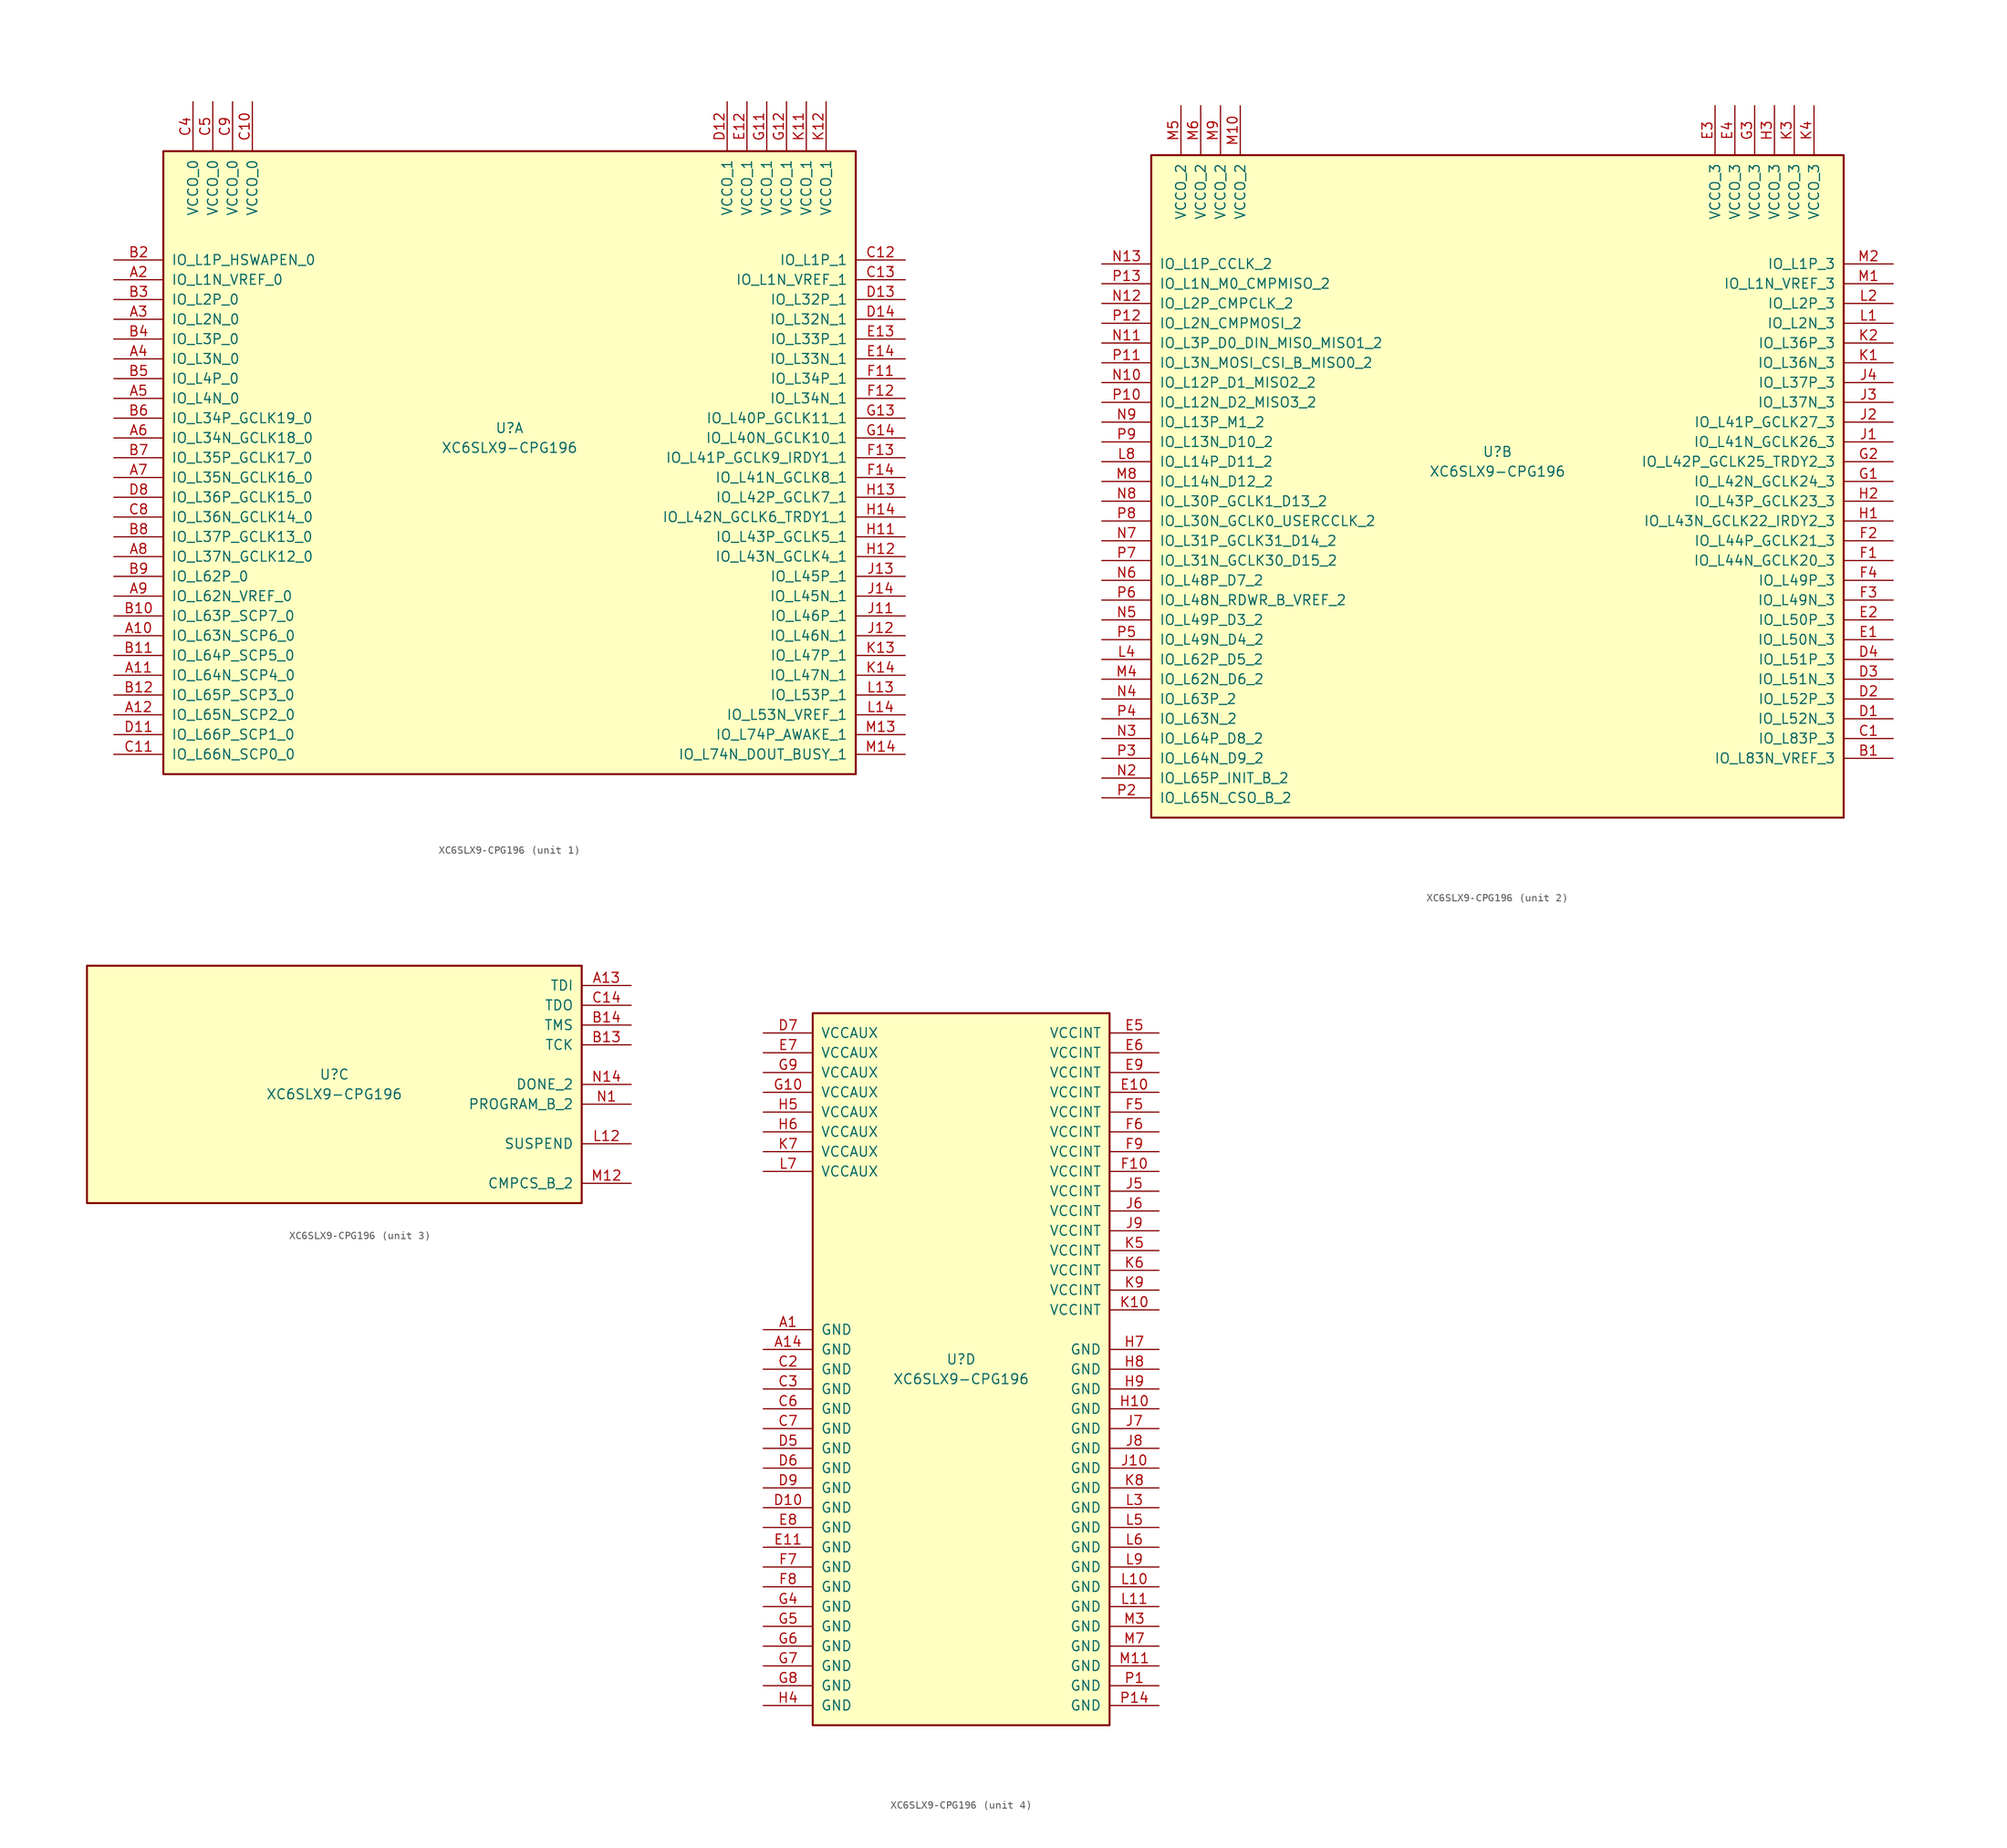
<source format=kicad_sym>
(kicad_symbol_lib
  (version 20220914)
  (generator kicad_symbol_editor)
  (symbol "XC6SLX9-CPG196"
    (pin_names
      (offset 1.016))
    (property "Reference" "U"
      (at 0 1.27 0)
      (effects (font (size 1.27 1.27))))
    (property "Value" "XC6SLX9-CPG196"
      (at 0 -1.27 0)
      (effects (font (size 1.27 1.27))))
    (property "Datasheet" ""
      (at 0 0 0)
      (effects (font (size 1.27 1.27))))
    (property "ki_locked" ""
      (at 0 0 0)
      (effects (font (size 1.27 1.27))))
    (symbol "XC6SLX9-CPG196_1_1"
      (rectangle (start -44.45 36.83) (end 44.45 -43.18) (stroke (width 0.254) (type default)) (fill (type background)))
      (pin bidirectional line (at -50.8 -25.4 0) (length 6.35) (name "IO_L63N_SCP6_0" (effects (font (size 1.27 1.27)))) (number "A10" (effects (font (size 1.27 1.27)))))
      (pin bidirectional line (at -50.8 -30.48 0) (length 6.35) (name "IO_L64N_SCP4_0" (effects (font (size 1.27 1.27)))) (number "A11" (effects (font (size 1.27 1.27)))))
      (pin bidirectional line (at -50.8 -35.56 0) (length 6.35) (name "IO_L65N_SCP2_0" (effects (font (size 1.27 1.27)))) (number "A12" (effects (font (size 1.27 1.27)))))
      (pin bidirectional line (at -50.8 20.32 0) (length 6.35) (name "IO_L1N_VREF_0" (effects (font (size 1.27 1.27)))) (number "A2" (effects (font (size 1.27 1.27)))))
      (pin bidirectional line (at -50.8 15.24 0) (length 6.35) (name "IO_L2N_0" (effects (font (size 1.27 1.27)))) (number "A3" (effects (font (size 1.27 1.27)))))
      (pin bidirectional line (at -50.8 10.16 0) (length 6.35) (name "IO_L3N_0" (effects (font (size 1.27 1.27)))) (number "A4" (effects (font (size 1.27 1.27)))))
      (pin bidirectional line (at -50.8 5.08 0) (length 6.35) (name "IO_L4N_0" (effects (font (size 1.27 1.27)))) (number "A5" (effects (font (size 1.27 1.27)))))
      (pin bidirectional line (at -50.8 0 0) (length 6.35) (name "IO_L34N_GCLK18_0" (effects (font (size 1.27 1.27)))) (number "A6" (effects (font (size 1.27 1.27)))))
      (pin bidirectional line (at -50.8 -5.08 0) (length 6.35) (name "IO_L35N_GCLK16_0" (effects (font (size 1.27 1.27)))) (number "A7" (effects (font (size 1.27 1.27)))))
      (pin bidirectional line (at -50.8 -15.24 0) (length 6.35) (name "IO_L37N_GCLK12_0" (effects (font (size 1.27 1.27)))) (number "A8" (effects (font (size 1.27 1.27)))))
      (pin bidirectional line (at -50.8 -20.32 0) (length 6.35) (name "IO_L62N_VREF_0" (effects (font (size 1.27 1.27)))) (number "A9" (effects (font (size 1.27 1.27)))))
      (pin bidirectional line (at -50.8 -22.86 0) (length 6.35) (name "IO_L63P_SCP7_0" (effects (font (size 1.27 1.27)))) (number "B10" (effects (font (size 1.27 1.27)))))
      (pin bidirectional line (at -50.8 -27.94 0) (length 6.35) (name "IO_L64P_SCP5_0" (effects (font (size 1.27 1.27)))) (number "B11" (effects (font (size 1.27 1.27)))))
      (pin bidirectional line (at -50.8 -33.02 0) (length 6.35) (name "IO_L65P_SCP3_0" (effects (font (size 1.27 1.27)))) (number "B12" (effects (font (size 1.27 1.27)))))
      (pin bidirectional line (at -50.8 22.86 0) (length 6.35) (name "IO_L1P_HSWAPEN_0" (effects (font (size 1.27 1.27)))) (number "B2" (effects (font (size 1.27 1.27)))))
      (pin bidirectional line (at -50.8 17.78 0) (length 6.35) (name "IO_L2P_0" (effects (font (size 1.27 1.27)))) (number "B3" (effects (font (size 1.27 1.27)))))
      (pin bidirectional line (at -50.8 12.7 0) (length 6.35) (name "IO_L3P_0" (effects (font (size 1.27 1.27)))) (number "B4" (effects (font (size 1.27 1.27)))))
      (pin bidirectional line (at -50.8 7.62 0) (length 6.35) (name "IO_L4P_0" (effects (font (size 1.27 1.27)))) (number "B5" (effects (font (size 1.27 1.27)))))
      (pin bidirectional line (at -50.8 2.54 0) (length 6.35) (name "IO_L34P_GCLK19_0" (effects (font (size 1.27 1.27)))) (number "B6" (effects (font (size 1.27 1.27)))))
      (pin bidirectional line (at -50.8 -2.54 0) (length 6.35) (name "IO_L35P_GCLK17_0" (effects (font (size 1.27 1.27)))) (number "B7" (effects (font (size 1.27 1.27)))))
      (pin bidirectional line (at -50.8 -12.7 0) (length 6.35) (name "IO_L37P_GCLK13_0" (effects (font (size 1.27 1.27)))) (number "B8" (effects (font (size 1.27 1.27)))))
      (pin bidirectional line (at -50.8 -17.78 0) (length 6.35) (name "IO_L62P_0" (effects (font (size 1.27 1.27)))) (number "B9" (effects (font (size 1.27 1.27)))))
      (pin power_in line (at -33.02 43.18 270) (length 6.35) (name "VCCO_0" (effects (font (size 1.27 1.27)))) (number "C10" (effects (font (size 1.27 1.27)))))
      (pin bidirectional line (at -50.8 -40.64 0) (length 6.35) (name "IO_L66N_SCP0_0" (effects (font (size 1.27 1.27)))) (number "C11" (effects (font (size 1.27 1.27)))))
      (pin bidirectional line (at 50.8 22.86 180) (length 6.35) (name "IO_L1P_1" (effects (font (size 1.27 1.27)))) (number "C12" (effects (font (size 1.27 1.27)))))
      (pin bidirectional line (at 50.8 20.32 180) (length 6.35) (name "IO_L1N_VREF_1" (effects (font (size 1.27 1.27)))) (number "C13" (effects (font (size 1.27 1.27)))))
      (pin power_in line (at -40.64 43.18 270) (length 6.35) (name "VCCO_0" (effects (font (size 1.27 1.27)))) (number "C4" (effects (font (size 1.27 1.27)))))
      (pin power_in line (at -38.1 43.18 270) (length 6.35) (name "VCCO_0" (effects (font (size 1.27 1.27)))) (number "C5" (effects (font (size 1.27 1.27)))))
      (pin bidirectional line (at -50.8 -10.16 0) (length 6.35) (name "IO_L36N_GCLK14_0" (effects (font (size 1.27 1.27)))) (number "C8" (effects (font (size 1.27 1.27)))))
      (pin power_in line (at -35.56 43.18 270) (length 6.35) (name "VCCO_0" (effects (font (size 1.27 1.27)))) (number "C9" (effects (font (size 1.27 1.27)))))
      (pin bidirectional line (at -50.8 -38.1 0) (length 6.35) (name "IO_L66P_SCP1_0" (effects (font (size 1.27 1.27)))) (number "D11" (effects (font (size 1.27 1.27)))))
      (pin power_in line (at 27.94 43.18 270) (length 6.35) (name "VCCO_1" (effects (font (size 1.27 1.27)))) (number "D12" (effects (font (size 1.27 1.27)))))
      (pin bidirectional line (at 50.8 17.78 180) (length 6.35) (name "IO_L32P_1" (effects (font (size 1.27 1.27)))) (number "D13" (effects (font (size 1.27 1.27)))))
      (pin bidirectional line (at 50.8 15.24 180) (length 6.35) (name "IO_L32N_1" (effects (font (size 1.27 1.27)))) (number "D14" (effects (font (size 1.27 1.27)))))
      (pin bidirectional line (at -50.8 -7.62 0) (length 6.35) (name "IO_L36P_GCLK15_0" (effects (font (size 1.27 1.27)))) (number "D8" (effects (font (size 1.27 1.27)))))
      (pin power_in line (at 30.48 43.18 270) (length 6.35) (name "VCCO_1" (effects (font (size 1.27 1.27)))) (number "E12" (effects (font (size 1.27 1.27)))))
      (pin bidirectional line (at 50.8 12.7 180) (length 6.35) (name "IO_L33P_1" (effects (font (size 1.27 1.27)))) (number "E13" (effects (font (size 1.27 1.27)))))
      (pin bidirectional line (at 50.8 10.16 180) (length 6.35) (name "IO_L33N_1" (effects (font (size 1.27 1.27)))) (number "E14" (effects (font (size 1.27 1.27)))))
      (pin bidirectional line (at 50.8 7.62 180) (length 6.35) (name "IO_L34P_1" (effects (font (size 1.27 1.27)))) (number "F11" (effects (font (size 1.27 1.27)))))
      (pin bidirectional line (at 50.8 5.08 180) (length 6.35) (name "IO_L34N_1" (effects (font (size 1.27 1.27)))) (number "F12" (effects (font (size 1.27 1.27)))))
      (pin bidirectional line (at 50.8 -2.54 180) (length 6.35) (name "IO_L41P_GCLK9_IRDY1_1" (effects (font (size 1.27 1.27)))) (number "F13" (effects (font (size 1.27 1.27)))))
      (pin bidirectional line (at 50.8 -5.08 180) (length 6.35) (name "IO_L41N_GCLK8_1" (effects (font (size 1.27 1.27)))) (number "F14" (effects (font (size 1.27 1.27)))))
      (pin power_in line (at 33.02 43.18 270) (length 6.35) (name "VCCO_1" (effects (font (size 1.27 1.27)))) (number "G11" (effects (font (size 1.27 1.27)))))
      (pin power_in line (at 35.56 43.18 270) (length 6.35) (name "VCCO_1" (effects (font (size 1.27 1.27)))) (number "G12" (effects (font (size 1.27 1.27)))))
      (pin bidirectional line (at 50.8 2.54 180) (length 6.35) (name "IO_L40P_GCLK11_1" (effects (font (size 1.27 1.27)))) (number "G13" (effects (font (size 1.27 1.27)))))
      (pin bidirectional line (at 50.8 0 180) (length 6.35) (name "IO_L40N_GCLK10_1" (effects (font (size 1.27 1.27)))) (number "G14" (effects (font (size 1.27 1.27)))))
      (pin bidirectional line (at 50.8 -12.7 180) (length 6.35) (name "IO_L43P_GCLK5_1" (effects (font (size 1.27 1.27)))) (number "H11" (effects (font (size 1.27 1.27)))))
      (pin bidirectional line (at 50.8 -15.24 180) (length 6.35) (name "IO_L43N_GCLK4_1" (effects (font (size 1.27 1.27)))) (number "H12" (effects (font (size 1.27 1.27)))))
      (pin bidirectional line (at 50.8 -7.62 180) (length 6.35) (name "IO_L42P_GCLK7_1" (effects (font (size 1.27 1.27)))) (number "H13" (effects (font (size 1.27 1.27)))))
      (pin bidirectional line (at 50.8 -10.16 180) (length 6.35) (name "IO_L42N_GCLK6_TRDY1_1" (effects (font (size 1.27 1.27)))) (number "H14" (effects (font (size 1.27 1.27)))))
      (pin bidirectional line (at 50.8 -22.86 180) (length 6.35) (name "IO_L46P_1" (effects (font (size 1.27 1.27)))) (number "J11" (effects (font (size 1.27 1.27)))))
      (pin bidirectional line (at 50.8 -25.4 180) (length 6.35) (name "IO_L46N_1" (effects (font (size 1.27 1.27)))) (number "J12" (effects (font (size 1.27 1.27)))))
      (pin bidirectional line (at 50.8 -17.78 180) (length 6.35) (name "IO_L45P_1" (effects (font (size 1.27 1.27)))) (number "J13" (effects (font (size 1.27 1.27)))))
      (pin bidirectional line (at 50.8 -20.32 180) (length 6.35) (name "IO_L45N_1" (effects (font (size 1.27 1.27)))) (number "J14" (effects (font (size 1.27 1.27)))))
      (pin power_in line (at 38.1 43.18 270) (length 6.35) (name "VCCO_1" (effects (font (size 1.27 1.27)))) (number "K11" (effects (font (size 1.27 1.27)))))
      (pin power_in line (at 40.64 43.18 270) (length 6.35) (name "VCCO_1" (effects (font (size 1.27 1.27)))) (number "K12" (effects (font (size 1.27 1.27)))))
      (pin bidirectional line (at 50.8 -27.94 180) (length 6.35) (name "IO_L47P_1" (effects (font (size 1.27 1.27)))) (number "K13" (effects (font (size 1.27 1.27)))))
      (pin bidirectional line (at 50.8 -30.48 180) (length 6.35) (name "IO_L47N_1" (effects (font (size 1.27 1.27)))) (number "K14" (effects (font (size 1.27 1.27)))))
      (pin bidirectional line (at 50.8 -33.02 180) (length 6.35) (name "IO_L53P_1" (effects (font (size 1.27 1.27)))) (number "L13" (effects (font (size 1.27 1.27)))))
      (pin bidirectional line (at 50.8 -35.56 180) (length 6.35) (name "IO_L53N_VREF_1" (effects (font (size 1.27 1.27)))) (number "L14" (effects (font (size 1.27 1.27)))))
      (pin bidirectional line (at 50.8 -38.1 180) (length 6.35) (name "IO_L74P_AWAKE_1" (effects (font (size 1.27 1.27)))) (number "M13" (effects (font (size 1.27 1.27)))))
      (pin bidirectional line (at 50.8 -40.64 180) (length 6.35) (name "IO_L74N_DOUT_BUSY_1" (effects (font (size 1.27 1.27)))) (number "M14" (effects (font (size 1.27 1.27))))))
    (symbol "XC6SLX9-CPG196_2_1"
      (rectangle (start -44.45 39.37) (end 44.45 -45.72) (stroke (width 0.254) (type default)) (fill (type background)))
      (pin bidirectional line (at 50.8 -38.1 180) (length 6.35) (name "IO_L83N_VREF_3" (effects (font (size 1.27 1.27)))) (number "B1" (effects (font (size 1.27 1.27)))))
      (pin bidirectional line (at 50.8 -35.56 180) (length 6.35) (name "IO_L83P_3" (effects (font (size 1.27 1.27)))) (number "C1" (effects (font (size 1.27 1.27)))))
      (pin bidirectional line (at 50.8 -33.02 180) (length 6.35) (name "IO_L52N_3" (effects (font (size 1.27 1.27)))) (number "D1" (effects (font (size 1.27 1.27)))))
      (pin bidirectional line (at 50.8 -30.48 180) (length 6.35) (name "IO_L52P_3" (effects (font (size 1.27 1.27)))) (number "D2" (effects (font (size 1.27 1.27)))))
      (pin bidirectional line (at 50.8 -27.94 180) (length 6.35) (name "IO_L51N_3" (effects (font (size 1.27 1.27)))) (number "D3" (effects (font (size 1.27 1.27)))))
      (pin bidirectional line (at 50.8 -25.4 180) (length 6.35) (name "IO_L51P_3" (effects (font (size 1.27 1.27)))) (number "D4" (effects (font (size 1.27 1.27)))))
      (pin bidirectional line (at 50.8 -22.86 180) (length 6.35) (name "IO_L50N_3" (effects (font (size 1.27 1.27)))) (number "E1" (effects (font (size 1.27 1.27)))))
      (pin bidirectional line (at 50.8 -20.32 180) (length 6.35) (name "IO_L50P_3" (effects (font (size 1.27 1.27)))) (number "E2" (effects (font (size 1.27 1.27)))))
      (pin power_in line (at 27.94 45.72 270) (length 6.35) (name "VCCO_3" (effects (font (size 1.27 1.27)))) (number "E3" (effects (font (size 1.27 1.27)))))
      (pin power_in line (at 30.48 45.72 270) (length 6.35) (name "VCCO_3" (effects (font (size 1.27 1.27)))) (number "E4" (effects (font (size 1.27 1.27)))))
      (pin bidirectional line (at 50.8 -12.7 180) (length 6.35) (name "IO_L44N_GCLK20_3" (effects (font (size 1.27 1.27)))) (number "F1" (effects (font (size 1.27 1.27)))))
      (pin bidirectional line (at 50.8 -10.16 180) (length 6.35) (name "IO_L44P_GCLK21_3" (effects (font (size 1.27 1.27)))) (number "F2" (effects (font (size 1.27 1.27)))))
      (pin bidirectional line (at 50.8 -17.78 180) (length 6.35) (name "IO_L49N_3" (effects (font (size 1.27 1.27)))) (number "F3" (effects (font (size 1.27 1.27)))))
      (pin bidirectional line (at 50.8 -15.24 180) (length 6.35) (name "IO_L49P_3" (effects (font (size 1.27 1.27)))) (number "F4" (effects (font (size 1.27 1.27)))))
      (pin bidirectional line (at 50.8 -2.54 180) (length 6.35) (name "IO_L42N_GCLK24_3" (effects (font (size 1.27 1.27)))) (number "G1" (effects (font (size 1.27 1.27)))))
      (pin bidirectional line (at 50.8 0 180) (length 6.35) (name "IO_L42P_GCLK25_TRDY2_3" (effects (font (size 1.27 1.27)))) (number "G2" (effects (font (size 1.27 1.27)))))
      (pin power_in line (at 33.02 45.72 270) (length 6.35) (name "VCCO_3" (effects (font (size 1.27 1.27)))) (number "G3" (effects (font (size 1.27 1.27)))))
      (pin bidirectional line (at 50.8 -7.62 180) (length 6.35) (name "IO_L43N_GCLK22_IRDY2_3" (effects (font (size 1.27 1.27)))) (number "H1" (effects (font (size 1.27 1.27)))))
      (pin bidirectional line (at 50.8 -5.08 180) (length 6.35) (name "IO_L43P_GCLK23_3" (effects (font (size 1.27 1.27)))) (number "H2" (effects (font (size 1.27 1.27)))))
      (pin power_in line (at 35.56 45.72 270) (length 6.35) (name "VCCO_3" (effects (font (size 1.27 1.27)))) (number "H3" (effects (font (size 1.27 1.27)))))
      (pin bidirectional line (at 50.8 2.54 180) (length 6.35) (name "IO_L41N_GCLK26_3" (effects (font (size 1.27 1.27)))) (number "J1" (effects (font (size 1.27 1.27)))))
      (pin bidirectional line (at 50.8 5.08 180) (length 6.35) (name "IO_L41P_GCLK27_3" (effects (font (size 1.27 1.27)))) (number "J2" (effects (font (size 1.27 1.27)))))
      (pin bidirectional line (at 50.8 7.62 180) (length 6.35) (name "IO_L37N_3" (effects (font (size 1.27 1.27)))) (number "J3" (effects (font (size 1.27 1.27)))))
      (pin bidirectional line (at 50.8 10.16 180) (length 6.35) (name "IO_L37P_3" (effects (font (size 1.27 1.27)))) (number "J4" (effects (font (size 1.27 1.27)))))
      (pin bidirectional line (at 50.8 12.7 180) (length 6.35) (name "IO_L36N_3" (effects (font (size 1.27 1.27)))) (number "K1" (effects (font (size 1.27 1.27)))))
      (pin bidirectional line (at 50.8 15.24 180) (length 6.35) (name "IO_L36P_3" (effects (font (size 1.27 1.27)))) (number "K2" (effects (font (size 1.27 1.27)))))
      (pin power_in line (at 38.1 45.72 270) (length 6.35) (name "VCCO_3" (effects (font (size 1.27 1.27)))) (number "K3" (effects (font (size 1.27 1.27)))))
      (pin power_in line (at 40.64 45.72 270) (length 6.35) (name "VCCO_3" (effects (font (size 1.27 1.27)))) (number "K4" (effects (font (size 1.27 1.27)))))
      (pin bidirectional line (at 50.8 17.78 180) (length 6.35) (name "IO_L2N_3" (effects (font (size 1.27 1.27)))) (number "L1" (effects (font (size 1.27 1.27)))))
      (pin bidirectional line (at 50.8 20.32 180) (length 6.35) (name "IO_L2P_3" (effects (font (size 1.27 1.27)))) (number "L2" (effects (font (size 1.27 1.27)))))
      (pin bidirectional line (at -50.8 -25.4 0) (length 6.35) (name "IO_L62P_D5_2" (effects (font (size 1.27 1.27)))) (number "L4" (effects (font (size 1.27 1.27)))))
      (pin bidirectional line (at -50.8 0 0) (length 6.35) (name "IO_L14P_D11_2" (effects (font (size 1.27 1.27)))) (number "L8" (effects (font (size 1.27 1.27)))))
      (pin bidirectional line (at 50.8 22.86 180) (length 6.35) (name "IO_L1N_VREF_3" (effects (font (size 1.27 1.27)))) (number "M1" (effects (font (size 1.27 1.27)))))
      (pin power_in line (at -33.02 45.72 270) (length 6.35) (name "VCCO_2" (effects (font (size 1.27 1.27)))) (number "M10" (effects (font (size 1.27 1.27)))))
      (pin bidirectional line (at 50.8 25.4 180) (length 6.35) (name "IO_L1P_3" (effects (font (size 1.27 1.27)))) (number "M2" (effects (font (size 1.27 1.27)))))
      (pin bidirectional line (at -50.8 -27.94 0) (length 6.35) (name "IO_L62N_D6_2" (effects (font (size 1.27 1.27)))) (number "M4" (effects (font (size 1.27 1.27)))))
      (pin power_in line (at -40.64 45.72 270) (length 6.35) (name "VCCO_2" (effects (font (size 1.27 1.27)))) (number "M5" (effects (font (size 1.27 1.27)))))
      (pin power_in line (at -38.1 45.72 270) (length 6.35) (name "VCCO_2" (effects (font (size 1.27 1.27)))) (number "M6" (effects (font (size 1.27 1.27)))))
      (pin bidirectional line (at -50.8 -2.54 0) (length 6.35) (name "IO_L14N_D12_2" (effects (font (size 1.27 1.27)))) (number "M8" (effects (font (size 1.27 1.27)))))
      (pin power_in line (at -35.56 45.72 270) (length 6.35) (name "VCCO_2" (effects (font (size 1.27 1.27)))) (number "M9" (effects (font (size 1.27 1.27)))))
      (pin bidirectional line (at -50.8 10.16 0) (length 6.35) (name "IO_L12P_D1_MISO2_2" (effects (font (size 1.27 1.27)))) (number "N10" (effects (font (size 1.27 1.27)))))
      (pin bidirectional line (at -50.8 15.24 0) (length 6.35) (name "IO_L3P_D0_DIN_MISO_MISO1_2" (effects (font (size 1.27 1.27)))) (number "N11" (effects (font (size 1.27 1.27)))))
      (pin bidirectional line (at -50.8 20.32 0) (length 6.35) (name "IO_L2P_CMPCLK_2" (effects (font (size 1.27 1.27)))) (number "N12" (effects (font (size 1.27 1.27)))))
      (pin bidirectional line (at -50.8 25.4 0) (length 6.35) (name "IO_L1P_CCLK_2" (effects (font (size 1.27 1.27)))) (number "N13" (effects (font (size 1.27 1.27)))))
      (pin bidirectional line (at -50.8 -40.64 0) (length 6.35) (name "IO_L65P_INIT_B_2" (effects (font (size 1.27 1.27)))) (number "N2" (effects (font (size 1.27 1.27)))))
      (pin bidirectional line (at -50.8 -35.56 0) (length 6.35) (name "IO_L64P_D8_2" (effects (font (size 1.27 1.27)))) (number "N3" (effects (font (size 1.27 1.27)))))
      (pin bidirectional line (at -50.8 -30.48 0) (length 6.35) (name "IO_L63P_2" (effects (font (size 1.27 1.27)))) (number "N4" (effects (font (size 1.27 1.27)))))
      (pin bidirectional line (at -50.8 -20.32 0) (length 6.35) (name "IO_L49P_D3_2" (effects (font (size 1.27 1.27)))) (number "N5" (effects (font (size 1.27 1.27)))))
      (pin bidirectional line (at -50.8 -15.24 0) (length 6.35) (name "IO_L48P_D7_2" (effects (font (size 1.27 1.27)))) (number "N6" (effects (font (size 1.27 1.27)))))
      (pin bidirectional line (at -50.8 -10.16 0) (length 6.35) (name "IO_L31P_GCLK31_D14_2" (effects (font (size 1.27 1.27)))) (number "N7" (effects (font (size 1.27 1.27)))))
      (pin bidirectional line (at -50.8 -5.08 0) (length 6.35) (name "IO_L30P_GCLK1_D13_2" (effects (font (size 1.27 1.27)))) (number "N8" (effects (font (size 1.27 1.27)))))
      (pin bidirectional line (at -50.8 5.08 0) (length 6.35) (name "IO_L13P_M1_2" (effects (font (size 1.27 1.27)))) (number "N9" (effects (font (size 1.27 1.27)))))
      (pin bidirectional line (at -50.8 7.62 0) (length 6.35) (name "IO_L12N_D2_MISO3_2" (effects (font (size 1.27 1.27)))) (number "P10" (effects (font (size 1.27 1.27)))))
      (pin bidirectional line (at -50.8 12.7 0) (length 6.35) (name "IO_L3N_MOSI_CSI_B_MISO0_2" (effects (font (size 1.27 1.27)))) (number "P11" (effects (font (size 1.27 1.27)))))
      (pin bidirectional line (at -50.8 17.78 0) (length 6.35) (name "IO_L2N_CMPMOSI_2" (effects (font (size 1.27 1.27)))) (number "P12" (effects (font (size 1.27 1.27)))))
      (pin bidirectional line (at -50.8 22.86 0) (length 6.35) (name "IO_L1N_M0_CMPMISO_2" (effects (font (size 1.27 1.27)))) (number "P13" (effects (font (size 1.27 1.27)))))
      (pin bidirectional line (at -50.8 -43.18 0) (length 6.35) (name "IO_L65N_CSO_B_2" (effects (font (size 1.27 1.27)))) (number "P2" (effects (font (size 1.27 1.27)))))
      (pin bidirectional line (at -50.8 -38.1 0) (length 6.35) (name "IO_L64N_D9_2" (effects (font (size 1.27 1.27)))) (number "P3" (effects (font (size 1.27 1.27)))))
      (pin bidirectional line (at -50.8 -33.02 0) (length 6.35) (name "IO_L63N_2" (effects (font (size 1.27 1.27)))) (number "P4" (effects (font (size 1.27 1.27)))))
      (pin bidirectional line (at -50.8 -22.86 0) (length 6.35) (name "IO_L49N_D4_2" (effects (font (size 1.27 1.27)))) (number "P5" (effects (font (size 1.27 1.27)))))
      (pin bidirectional line (at -50.8 -17.78 0) (length 6.35) (name "IO_L48N_RDWR_B_VREF_2" (effects (font (size 1.27 1.27)))) (number "P6" (effects (font (size 1.27 1.27)))))
      (pin bidirectional line (at -50.8 -12.7 0) (length 6.35) (name "IO_L31N_GCLK30_D15_2" (effects (font (size 1.27 1.27)))) (number "P7" (effects (font (size 1.27 1.27)))))
      (pin bidirectional line (at -50.8 -7.62 0) (length 6.35) (name "IO_L30N_GCLK0_USERCCLK_2" (effects (font (size 1.27 1.27)))) (number "P8" (effects (font (size 1.27 1.27)))))
      (pin bidirectional line (at -50.8 2.54 0) (length 6.35) (name "IO_L13N_D10_2" (effects (font (size 1.27 1.27)))) (number "P9" (effects (font (size 1.27 1.27))))))
    (symbol "XC6SLX9-CPG196_3_1"
      (rectangle (start -31.75 15.24) (end 31.75 -15.24) (stroke (width 0.254) (type default)) (fill (type background)))
      (pin bidirectional line (at 38.1 12.7 180) (length 6.35) (name "TDI" (effects (font (size 1.27 1.27)))) (number "A13" (effects (font (size 1.27 1.27)))))
      (pin bidirectional line (at 38.1 5.08 180) (length 6.35) (name "TCK" (effects (font (size 1.27 1.27)))) (number "B13" (effects (font (size 1.27 1.27)))))
      (pin bidirectional line (at 38.1 7.62 180) (length 6.35) (name "TMS" (effects (font (size 1.27 1.27)))) (number "B14" (effects (font (size 1.27 1.27)))))
      (pin bidirectional line (at 38.1 10.16 180) (length 6.35) (name "TDO" (effects (font (size 1.27 1.27)))) (number "C14" (effects (font (size 1.27 1.27)))))
      (pin bidirectional line (at 38.1 -7.62 180) (length 6.35) (name "SUSPEND" (effects (font (size 1.27 1.27)))) (number "L12" (effects (font (size 1.27 1.27)))))
      (pin bidirectional line (at 38.1 -12.7 180) (length 6.35) (name "CMPCS_B_2" (effects (font (size 1.27 1.27)))) (number "M12" (effects (font (size 1.27 1.27)))))
      (pin bidirectional line (at 38.1 -2.54 180) (length 6.35) (name "PROGRAM_B_2" (effects (font (size 1.27 1.27)))) (number "N1" (effects (font (size 1.27 1.27)))))
      (pin bidirectional line (at 38.1 0 180) (length 6.35) (name "DONE_2" (effects (font (size 1.27 1.27)))) (number "N14" (effects (font (size 1.27 1.27))))))
    (symbol "XC6SLX9-CPG196_4_1"
      (rectangle (start -19.05 45.72) (end 19.05 -45.72) (stroke (width 0.254) (type default)) (fill (type background)))
      (pin power_in line (at -25.4 5.08 0) (length 6.35) (name "GND" (effects (font (size 1.27 1.27)))) (number "A1" (effects (font (size 1.27 1.27)))))
      (pin power_in line (at -25.4 2.54 0) (length 6.35) (name "GND" (effects (font (size 1.27 1.27)))) (number "A14" (effects (font (size 1.27 1.27)))))
      (pin power_in line (at -25.4 0 0) (length 6.35) (name "GND" (effects (font (size 1.27 1.27)))) (number "C2" (effects (font (size 1.27 1.27)))))
      (pin power_in line (at -25.4 -2.54 0) (length 6.35) (name "GND" (effects (font (size 1.27 1.27)))) (number "C3" (effects (font (size 1.27 1.27)))))
      (pin power_in line (at -25.4 -5.08 0) (length 6.35) (name "GND" (effects (font (size 1.27 1.27)))) (number "C6" (effects (font (size 1.27 1.27)))))
      (pin power_in line (at -25.4 -7.62 0) (length 6.35) (name "GND" (effects (font (size 1.27 1.27)))) (number "C7" (effects (font (size 1.27 1.27)))))
      (pin power_in line (at -25.4 -17.78 0) (length 6.35) (name "GND" (effects (font (size 1.27 1.27)))) (number "D10" (effects (font (size 1.27 1.27)))))
      (pin power_in line (at -25.4 -10.16 0) (length 6.35) (name "GND" (effects (font (size 1.27 1.27)))) (number "D5" (effects (font (size 1.27 1.27)))))
      (pin power_in line (at -25.4 -12.7 0) (length 6.35) (name "GND" (effects (font (size 1.27 1.27)))) (number "D6" (effects (font (size 1.27 1.27)))))
      (pin power_in line (at -25.4 43.18 0) (length 6.35) (name "VCCAUX" (effects (font (size 1.27 1.27)))) (number "D7" (effects (font (size 1.27 1.27)))))
      (pin power_in line (at -25.4 -15.24 0) (length 6.35) (name "GND" (effects (font (size 1.27 1.27)))) (number "D9" (effects (font (size 1.27 1.27)))))
      (pin power_in line (at 25.4 35.56 180) (length 6.35) (name "VCCINT" (effects (font (size 1.27 1.27)))) (number "E10" (effects (font (size 1.27 1.27)))))
      (pin power_in line (at -25.4 -22.86 0) (length 6.35) (name "GND" (effects (font (size 1.27 1.27)))) (number "E11" (effects (font (size 1.27 1.27)))))
      (pin power_in line (at 25.4 43.18 180) (length 6.35) (name "VCCINT" (effects (font (size 1.27 1.27)))) (number "E5" (effects (font (size 1.27 1.27)))))
      (pin power_in line (at 25.4 40.64 180) (length 6.35) (name "VCCINT" (effects (font (size 1.27 1.27)))) (number "E6" (effects (font (size 1.27 1.27)))))
      (pin power_in line (at -25.4 40.64 0) (length 6.35) (name "VCCAUX" (effects (font (size 1.27 1.27)))) (number "E7" (effects (font (size 1.27 1.27)))))
      (pin power_in line (at -25.4 -20.32 0) (length 6.35) (name "GND" (effects (font (size 1.27 1.27)))) (number "E8" (effects (font (size 1.27 1.27)))))
      (pin power_in line (at 25.4 38.1 180) (length 6.35) (name "VCCINT" (effects (font (size 1.27 1.27)))) (number "E9" (effects (font (size 1.27 1.27)))))
      (pin power_in line (at 25.4 25.4 180) (length 6.35) (name "VCCINT" (effects (font (size 1.27 1.27)))) (number "F10" (effects (font (size 1.27 1.27)))))
      (pin power_in line (at 25.4 33.02 180) (length 6.35) (name "VCCINT" (effects (font (size 1.27 1.27)))) (number "F5" (effects (font (size 1.27 1.27)))))
      (pin power_in line (at 25.4 30.48 180) (length 6.35) (name "VCCINT" (effects (font (size 1.27 1.27)))) (number "F6" (effects (font (size 1.27 1.27)))))
      (pin power_in line (at -25.4 -25.4 0) (length 6.35) (name "GND" (effects (font (size 1.27 1.27)))) (number "F7" (effects (font (size 1.27 1.27)))))
      (pin power_in line (at -25.4 -27.94 0) (length 6.35) (name "GND" (effects (font (size 1.27 1.27)))) (number "F8" (effects (font (size 1.27 1.27)))))
      (pin power_in line (at 25.4 27.94 180) (length 6.35) (name "VCCINT" (effects (font (size 1.27 1.27)))) (number "F9" (effects (font (size 1.27 1.27)))))
      (pin power_in line (at -25.4 35.56 0) (length 6.35) (name "VCCAUX" (effects (font (size 1.27 1.27)))) (number "G10" (effects (font (size 1.27 1.27)))))
      (pin power_in line (at -25.4 -30.48 0) (length 6.35) (name "GND" (effects (font (size 1.27 1.27)))) (number "G4" (effects (font (size 1.27 1.27)))))
      (pin power_in line (at -25.4 -33.02 0) (length 6.35) (name "GND" (effects (font (size 1.27 1.27)))) (number "G5" (effects (font (size 1.27 1.27)))))
      (pin power_in line (at -25.4 -35.56 0) (length 6.35) (name "GND" (effects (font (size 1.27 1.27)))) (number "G6" (effects (font (size 1.27 1.27)))))
      (pin power_in line (at -25.4 -38.1 0) (length 6.35) (name "GND" (effects (font (size 1.27 1.27)))) (number "G7" (effects (font (size 1.27 1.27)))))
      (pin power_in line (at -25.4 -40.64 0) (length 6.35) (name "GND" (effects (font (size 1.27 1.27)))) (number "G8" (effects (font (size 1.27 1.27)))))
      (pin power_in line (at -25.4 38.1 0) (length 6.35) (name "VCCAUX" (effects (font (size 1.27 1.27)))) (number "G9" (effects (font (size 1.27 1.27)))))
      (pin power_in line (at 25.4 -5.08 180) (length 6.35) (name "GND" (effects (font (size 1.27 1.27)))) (number "H10" (effects (font (size 1.27 1.27)))))
      (pin power_in line (at -25.4 -43.18 0) (length 6.35) (name "GND" (effects (font (size 1.27 1.27)))) (number "H4" (effects (font (size 1.27 1.27)))))
      (pin power_in line (at -25.4 33.02 0) (length 6.35) (name "VCCAUX" (effects (font (size 1.27 1.27)))) (number "H5" (effects (font (size 1.27 1.27)))))
      (pin power_in line (at -25.4 30.48 0) (length 6.35) (name "VCCAUX" (effects (font (size 1.27 1.27)))) (number "H6" (effects (font (size 1.27 1.27)))))
      (pin power_in line (at 25.4 2.54 180) (length 6.35) (name "GND" (effects (font (size 1.27 1.27)))) (number "H7" (effects (font (size 1.27 1.27)))))
      (pin power_in line (at 25.4 0 180) (length 6.35) (name "GND" (effects (font (size 1.27 1.27)))) (number "H8" (effects (font (size 1.27 1.27)))))
      (pin power_in line (at 25.4 -2.54 180) (length 6.35) (name "GND" (effects (font (size 1.27 1.27)))) (number "H9" (effects (font (size 1.27 1.27)))))
      (pin power_in line (at 25.4 -12.7 180) (length 6.35) (name "GND" (effects (font (size 1.27 1.27)))) (number "J10" (effects (font (size 1.27 1.27)))))
      (pin power_in line (at 25.4 22.86 180) (length 6.35) (name "VCCINT" (effects (font (size 1.27 1.27)))) (number "J5" (effects (font (size 1.27 1.27)))))
      (pin power_in line (at 25.4 20.32 180) (length 6.35) (name "VCCINT" (effects (font (size 1.27 1.27)))) (number "J6" (effects (font (size 1.27 1.27)))))
      (pin power_in line (at 25.4 -7.62 180) (length 6.35) (name "GND" (effects (font (size 1.27 1.27)))) (number "J7" (effects (font (size 1.27 1.27)))))
      (pin power_in line (at 25.4 -10.16 180) (length 6.35) (name "GND" (effects (font (size 1.27 1.27)))) (number "J8" (effects (font (size 1.27 1.27)))))
      (pin power_in line (at 25.4 17.78 180) (length 6.35) (name "VCCINT" (effects (font (size 1.27 1.27)))) (number "J9" (effects (font (size 1.27 1.27)))))
      (pin power_in line (at 25.4 7.62 180) (length 6.35) (name "VCCINT" (effects (font (size 1.27 1.27)))) (number "K10" (effects (font (size 1.27 1.27)))))
      (pin power_in line (at 25.4 15.24 180) (length 6.35) (name "VCCINT" (effects (font (size 1.27 1.27)))) (number "K5" (effects (font (size 1.27 1.27)))))
      (pin power_in line (at 25.4 12.7 180) (length 6.35) (name "VCCINT" (effects (font (size 1.27 1.27)))) (number "K6" (effects (font (size 1.27 1.27)))))
      (pin power_in line (at -25.4 27.94 0) (length 6.35) (name "VCCAUX" (effects (font (size 1.27 1.27)))) (number "K7" (effects (font (size 1.27 1.27)))))
      (pin power_in line (at 25.4 -15.24 180) (length 6.35) (name "GND" (effects (font (size 1.27 1.27)))) (number "K8" (effects (font (size 1.27 1.27)))))
      (pin power_in line (at 25.4 10.16 180) (length 6.35) (name "VCCINT" (effects (font (size 1.27 1.27)))) (number "K9" (effects (font (size 1.27 1.27)))))
      (pin power_in line (at 25.4 -27.94 180) (length 6.35) (name "GND" (effects (font (size 1.27 1.27)))) (number "L10" (effects (font (size 1.27 1.27)))))
      (pin power_in line (at 25.4 -30.48 180) (length 6.35) (name "GND" (effects (font (size 1.27 1.27)))) (number "L11" (effects (font (size 1.27 1.27)))))
      (pin power_in line (at 25.4 -17.78 180) (length 6.35) (name "GND" (effects (font (size 1.27 1.27)))) (number "L3" (effects (font (size 1.27 1.27)))))
      (pin power_in line (at 25.4 -20.32 180) (length 6.35) (name "GND" (effects (font (size 1.27 1.27)))) (number "L5" (effects (font (size 1.27 1.27)))))
      (pin power_in line (at 25.4 -22.86 180) (length 6.35) (name "GND" (effects (font (size 1.27 1.27)))) (number "L6" (effects (font (size 1.27 1.27)))))
      (pin power_in line (at -25.4 25.4 0) (length 6.35) (name "VCCAUX" (effects (font (size 1.27 1.27)))) (number "L7" (effects (font (size 1.27 1.27)))))
      (pin power_in line (at 25.4 -25.4 180) (length 6.35) (name "GND" (effects (font (size 1.27 1.27)))) (number "L9" (effects (font (size 1.27 1.27)))))
      (pin power_in line (at 25.4 -38.1 180) (length 6.35) (name "GND" (effects (font (size 1.27 1.27)))) (number "M11" (effects (font (size 1.27 1.27)))))
      (pin power_in line (at 25.4 -33.02 180) (length 6.35) (name "GND" (effects (font (size 1.27 1.27)))) (number "M3" (effects (font (size 1.27 1.27)))))
      (pin power_in line (at 25.4 -35.56 180) (length 6.35) (name "GND" (effects (font (size 1.27 1.27)))) (number "M7" (effects (font (size 1.27 1.27)))))
      (pin power_in line (at 25.4 -40.64 180) (length 6.35) (name "GND" (effects (font (size 1.27 1.27)))) (number "P1" (effects (font (size 1.27 1.27)))))
      (pin power_in line (at 25.4 -43.18 180) (length 6.35) (name "GND" (effects (font (size 1.27 1.27)))) (number "P14" (effects (font (size 1.27 1.27))))))))
</source>
